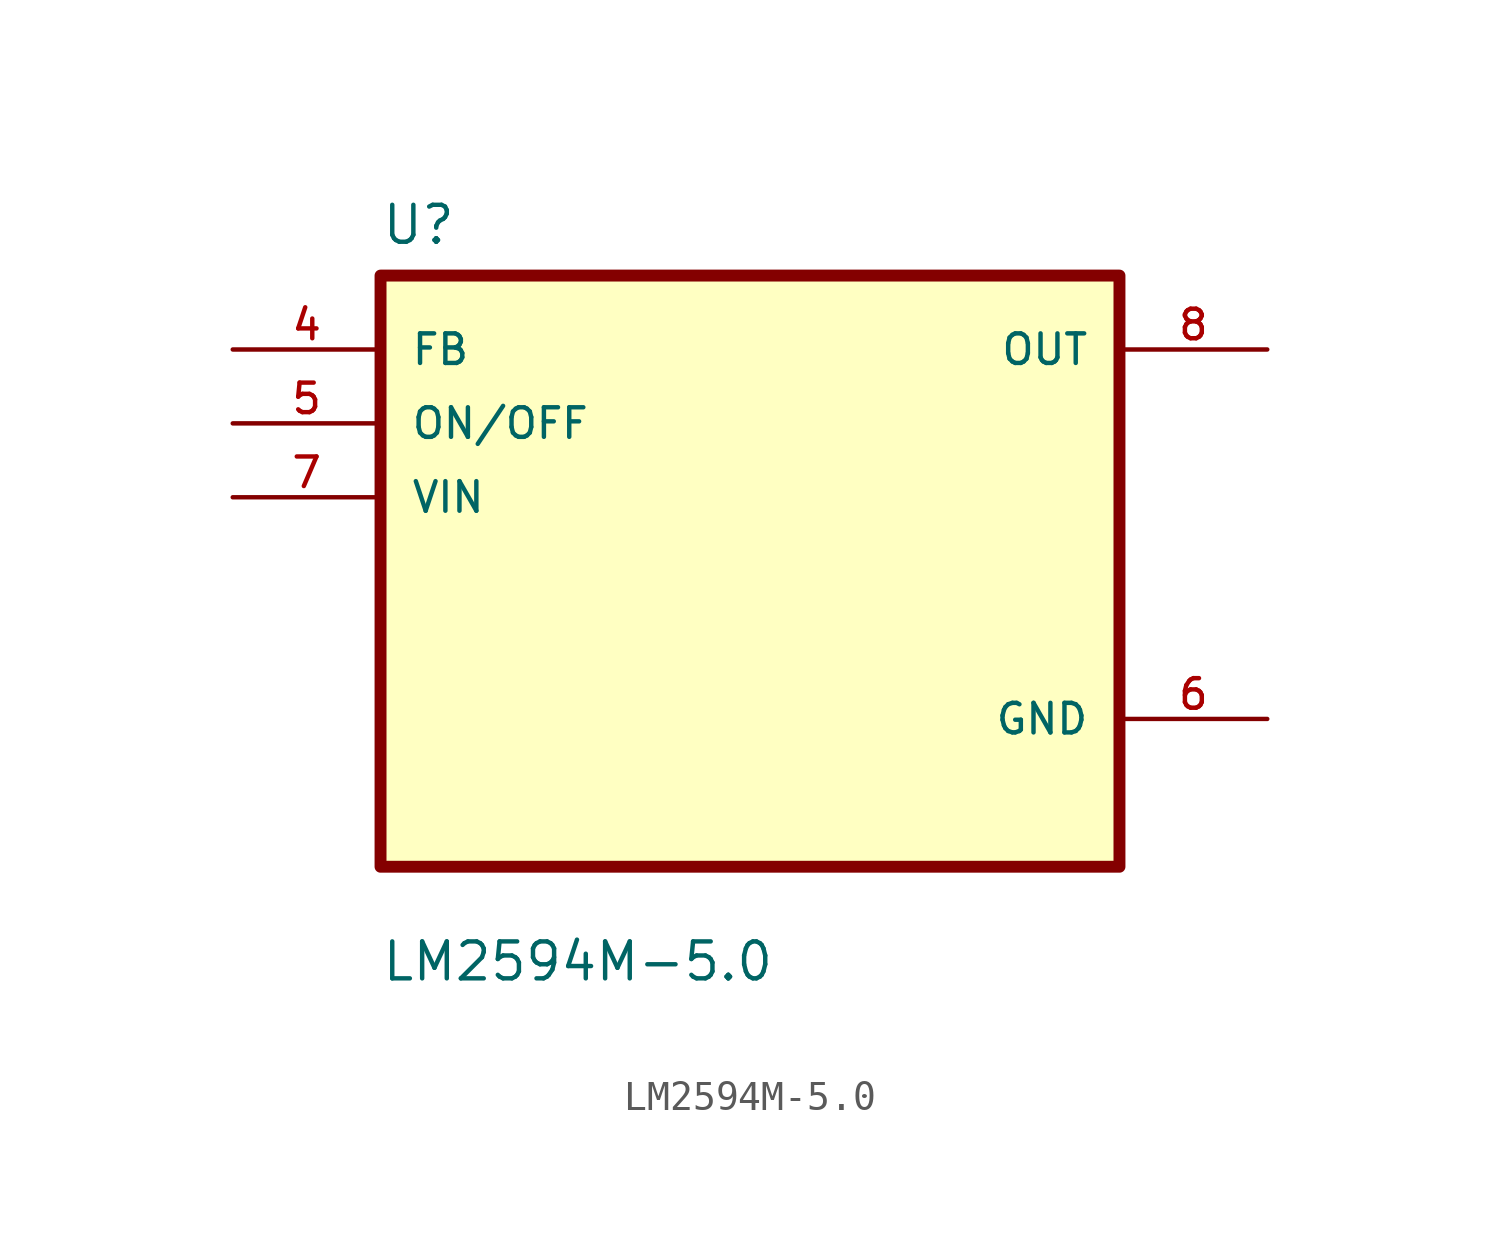
<source format=kicad_sym>
(kicad_symbol_lib
  (version 20211014)
  (generator kicad_symbol_editor)
  (symbol "LM2594M-5.0"
    (pin_names
      (offset 1.016))
    (property "Reference" "U"
      (at -12.7 11.16 0.0)
      (effects (font (size 1.27 1.27)) (justify bottom left)))
    (property "Value" "LM2594M-5.0"
      (at -12.7 -14.16 0.0)
      (effects (font (size 1.27 1.27)) (justify bottom left)))
    (symbol "LM2594M-5.0_0_0"
      (rectangle (start -12.7 -10.16) (end 12.7 10.16) (stroke (width 0.41)) (fill (type background)))
      (pin input line (at -17.78 7.62 0) (length 5.08) (name "FB" (effects (font (size 1.016 1.016)))) (number "4" (effects (font (size 1.016 1.016)))))
      (pin input line (at -17.78 5.08 0) (length 5.08) (name "ON/OFF" (effects (font (size 1.016 1.016)))) (number "5" (effects (font (size 1.016 1.016)))))
      (pin input line (at -17.78 2.54 0) (length 5.08) (name "VIN" (effects (font (size 1.016 1.016)))) (number "7" (effects (font (size 1.016 1.016)))))
      (pin output line (at 17.78 7.62 180.0) (length 5.08) (name "OUT" (effects (font (size 1.016 1.016)))) (number "8" (effects (font (size 1.016 1.016)))))
      (pin power_in line (at 17.78 -5.08 180.0) (length 5.08) (name "GND" (effects (font (size 1.016 1.016)))) (number "6" (effects (font (size 1.016 1.016))))))))
</source>
